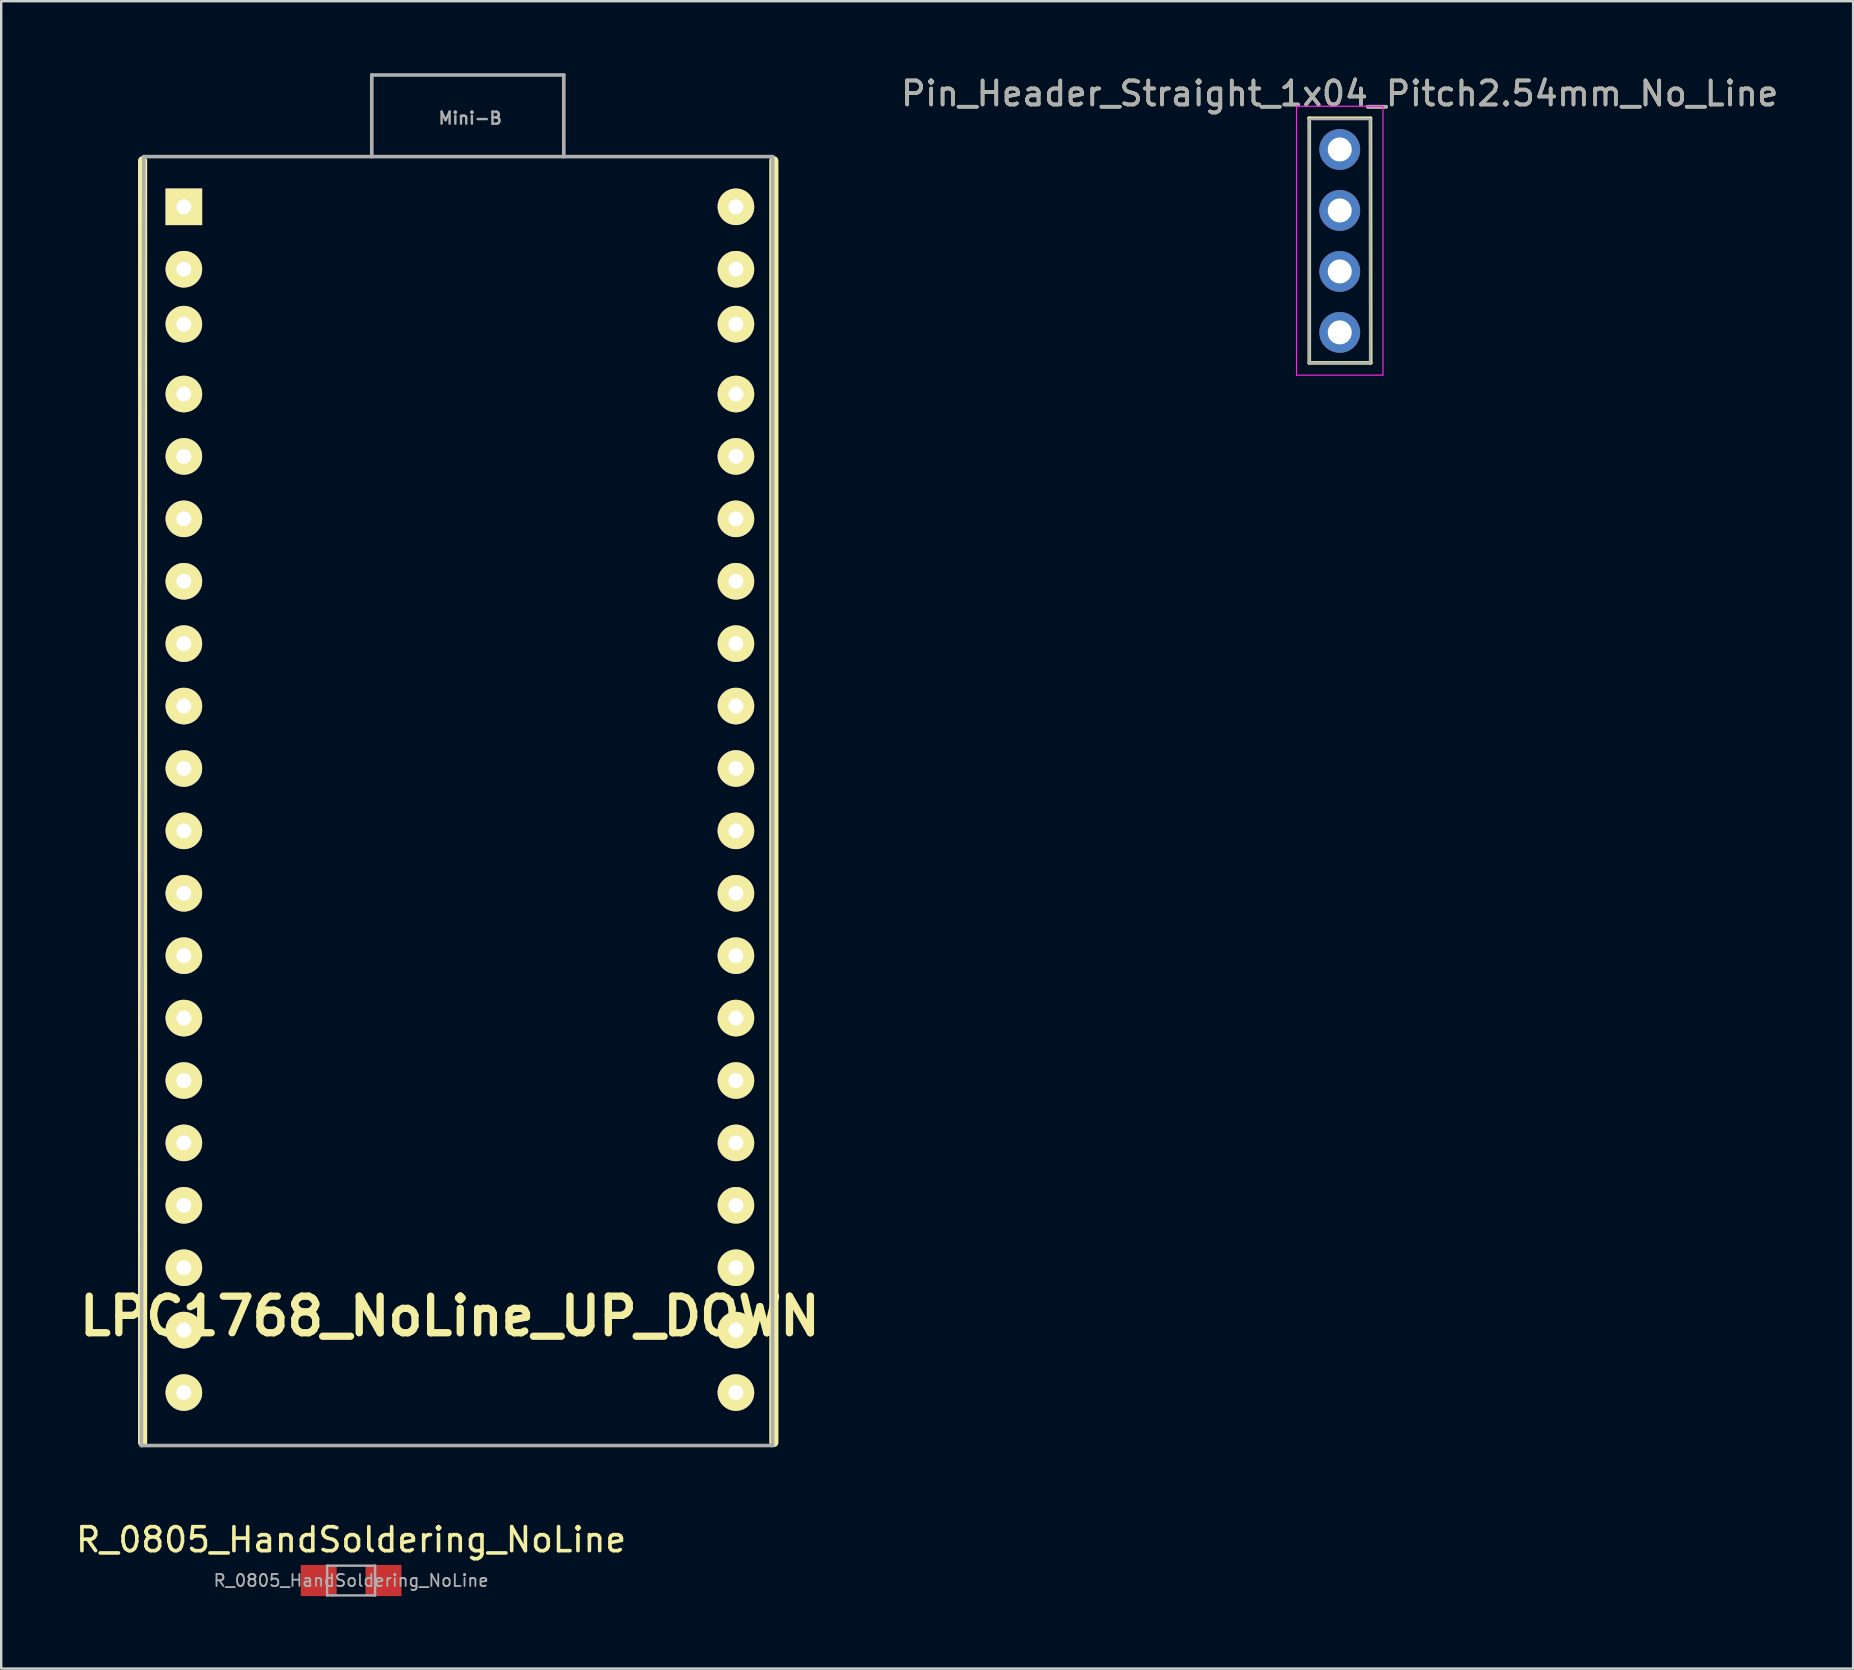
<source format=kicad_pcb>
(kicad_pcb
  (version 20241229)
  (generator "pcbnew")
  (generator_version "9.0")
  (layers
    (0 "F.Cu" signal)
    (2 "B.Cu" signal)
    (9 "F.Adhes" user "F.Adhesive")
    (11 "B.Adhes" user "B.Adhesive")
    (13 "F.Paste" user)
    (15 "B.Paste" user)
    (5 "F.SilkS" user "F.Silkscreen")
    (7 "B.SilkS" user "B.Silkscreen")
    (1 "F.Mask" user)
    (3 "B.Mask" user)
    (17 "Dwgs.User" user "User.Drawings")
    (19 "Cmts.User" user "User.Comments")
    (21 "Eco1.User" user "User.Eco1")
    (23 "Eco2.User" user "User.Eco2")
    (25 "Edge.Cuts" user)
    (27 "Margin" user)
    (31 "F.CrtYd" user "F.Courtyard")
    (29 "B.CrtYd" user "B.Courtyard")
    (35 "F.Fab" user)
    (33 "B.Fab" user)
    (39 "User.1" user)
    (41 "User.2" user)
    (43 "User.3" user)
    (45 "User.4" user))
  (footprint "R_0805_HandSoldering_NoLine"
    (layer "F.Cu")
    (at 11.577 62.798)
    (property "Reference" "R_0805_HandSoldering_NoLine" (at 0 -1.7 0) (layer "F.SilkS") (effects (font (size 1 1) (thickness 0.15))))
    (attr smd)
    (fp_line (start -1 -0.62) (end 1 -0.62) (stroke (width 0.1) (type solid)) (layer "F.Fab"))
    (fp_line (start -1 0.62) (end -1 -0.62) (stroke (width 0.1) (type solid)) (layer "F.Fab"))
    (fp_line (start 1 -0.62) (end 1 0.62) (stroke (width 0.1) (type solid)) (layer "F.Fab"))
    (fp_line (start 1 0.62) (end -1 0.62) (stroke (width 0.1) (type solid)) (layer "F.Fab"))
    (fp_text user "${REFERENCE}" (at 0 0 0) (layer "F.Fab") (effects (font (size 0.5 0.5) (thickness 0.075))))
    (pad "1" smd rect (at -1.35 0) (size 1.5 1.3) (layers "F.Cu" "F.Mask" "F.Paste"))
    (pad "2" smd rect (at 1.35 0) (size 1.5 1.3) (layers "F.Cu" "F.Mask" "F.Paste")))
  (footprint "LPC1768_NoLine_UP_DOWN"
    (layer "F.Cu")
    (at 16.439 30.275)
    (property "Reference" "LPC1768_NoLine_UP_DOWN" (at -0.749 21.511 0) (layer "F.SilkS") (effects (font (size 1.524 1.524) (thickness 0.305))))
    (attr through_hole)
    (fp_line (start -13.548 26.772) (end -13.548 -26.629) (stroke (width 0.381) (type solid)) (layer "F.SilkS"))
    (fp_line (start 12.751 -26.629) (end 12.751 26.772) (stroke (width 0.381) (type solid)) (layer "F.SilkS"))
    (fp_line (start -13.6 26.9) (end 12.7 26.9) (stroke (width 0.15) (type solid)) (layer "F.Fab"))
    (fp_line (start -13.5 -26.8) (end -13.6 26.9) (stroke (width 0.15) (type solid)) (layer "F.Fab"))
    (fp_line (start -4 -30.2) (end 4 -30.2) (stroke (width 0.15) (type solid)) (layer "F.Fab"))
    (fp_line (start -4 -26.8) (end -4 -30.2) (stroke (width 0.15) (type solid)) (layer "F.Fab"))
    (fp_line (start 4 -30.2) (end 4 -26.8) (stroke (width 0.15) (type solid)) (layer "F.Fab"))
    (fp_line (start 12.7 -26.8) (end -13.5 -26.8) (stroke (width 0.15) (type solid)) (layer "F.Fab"))
    (fp_line (start 12.7 26.9) (end 12.7 -26.8) (stroke (width 0.15) (type solid)) (layer "F.Fab"))
    (fp_text user "Mini-B" (at 0.1 -28.4 0) (layer "F.Fab") (effects (font (size 0.5 0.5) (thickness 0.1))))
    (pad "1" thru_hole rect (at -11.829 -24.709) (size 1.524 1.524) (drill 0.62) (layers "*.Cu" "*.Mask" "F.SilkS"))
    (pad "2" thru_hole circle (at -11.829 -22.108) (size 1.524 1.524) (drill 0.62) (layers "*.Cu" "*.Mask" "F.SilkS"))
    (pad "3" thru_hole circle (at -11.829 -19.82) (size 1.524 1.524) (drill 0.62) (layers "*.Cu" "*.Mask" "F.SilkS"))
    (pad "4" thru_hole circle (at -11.829 -16.909) (size 1.524 1.524) (drill 0.62) (layers "*.Cu" "*.Mask" "F.SilkS"))
    (pad "5" thru_hole circle (at -11.829 -14.31) (size 1.524 1.524) (drill 0.62) (layers "*.Cu" "*.Mask" "F.SilkS"))
    (pad "6" thru_hole circle (at -11.829 -11.709) (size 1.524 1.524) (drill 0.62) (layers "*.Cu" "*.Mask" "F.SilkS"))
    (pad "7" thru_hole circle (at -11.829 -9.108) (size 1.524 1.524) (drill 0.62) (layers "*.Cu" "*.Mask" "F.SilkS"))
    (pad "8" thru_hole circle (at -11.829 -6.51) (size 1.524 1.524) (drill 0.62) (layers "*.Cu" "*.Mask" "F.SilkS"))
    (pad "9" thru_hole circle (at -11.829 -3.909) (size 1.524 1.524) (drill 0.62) (layers "*.Cu" "*.Mask" "F.SilkS"))
    (pad "10" thru_hole circle (at -11.829 -1.308) (size 1.524 1.524) (drill 0.62) (layers "*.Cu" "*.Mask" "F.SilkS"))
    (pad "11" thru_hole circle (at -11.829 1.29) (size 1.524 1.524) (drill 0.62) (layers "*.Cu" "*.Mask" "F.SilkS"))
    (pad "12" thru_hole circle (at -11.829 3.891) (size 1.524 1.524) (drill 0.62) (layers "*.Cu" "*.Mask" "F.SilkS"))
    (pad "13" thru_hole circle (at -11.829 6.49) (size 1.524 1.524) (drill 0.62) (layers "*.Cu" "*.Mask" "F.SilkS"))
    (pad "14" thru_hole circle (at -11.829 9.091) (size 1.524 1.524) (drill 0.62) (layers "*.Cu" "*.Mask" "F.SilkS"))
    (pad "15" thru_hole circle (at -11.829 11.692) (size 1.524 1.524) (drill 0.62) (layers "*.Cu" "*.Mask" "F.SilkS"))
    (pad "16" thru_hole circle (at -11.829 14.29) (size 1.524 1.524) (drill 0.62) (layers "*.Cu" "*.Mask" "F.SilkS"))
    (pad "17" thru_hole circle (at -11.829 16.891) (size 1.524 1.524) (drill 0.62) (layers "*.Cu" "*.Mask" "F.SilkS"))
    (pad "18" thru_hole circle (at -11.829 19.492) (size 1.524 1.524) (drill 0.62) (layers "*.Cu" "*.Mask" "F.SilkS"))
    (pad "19" thru_hole circle (at -11.829 22.09) (size 1.524 1.524) (drill 0.62) (layers "*.Cu" "*.Mask" "F.SilkS"))
    (pad "20" thru_hole circle (at -11.829 24.691) (size 1.524 1.524) (drill 0.62) (layers "*.Cu" "*.Mask" "F.SilkS"))
    (pad "21" thru_hole circle (at 11.171 24.691) (size 1.524 1.524) (drill 0.62) (layers "*.Cu" "*.Mask" "F.SilkS"))
    (pad "22" thru_hole circle (at 11.171 22.09) (size 1.524 1.524) (drill 0.62) (layers "*.Cu" "*.Mask" "F.SilkS"))
    (pad "23" thru_hole circle (at 11.171 19.492) (size 1.524 1.524) (drill 0.62) (layers "*.Cu" "*.Mask" "F.SilkS"))
    (pad "24" thru_hole circle (at 11.171 16.891) (size 1.524 1.524) (drill 0.62) (layers "*.Cu" "*.Mask" "F.SilkS"))
    (pad "25" thru_hole circle (at 11.171 14.29) (size 1.524 1.524) (drill 0.62) (layers "*.Cu" "*.Mask" "F.SilkS"))
    (pad "26" thru_hole circle (at 11.171 11.692) (size 1.524 1.524) (drill 0.62) (layers "*.Cu" "*.Mask" "F.SilkS"))
    (pad "27" thru_hole circle (at 11.171 9.091) (size 1.524 1.524) (drill 0.62) (layers "*.Cu" "*.Mask" "F.SilkS"))
    (pad "28" thru_hole circle (at 11.171 6.49) (size 1.524 1.524) (drill 0.62) (layers "*.Cu" "*.Mask" "F.SilkS"))
    (pad "29" thru_hole circle (at 11.171 3.891) (size 1.524 1.524) (drill 0.62) (layers "*.Cu" "*.Mask" "F.SilkS"))
    (pad "30" thru_hole circle (at 11.171 1.29) (size 1.524 1.524) (drill 0.62) (layers "*.Cu" "*.Mask" "F.SilkS"))
    (pad "31" thru_hole circle (at 11.171 -1.308) (size 1.524 1.524) (drill 0.62) (layers "*.Cu" "*.Mask" "F.SilkS"))
    (pad "32" thru_hole circle (at 11.171 -3.909) (size 1.524 1.524) (drill 0.62) (layers "*.Cu" "*.Mask" "F.SilkS"))
    (pad "33" thru_hole circle (at 11.171 -6.51) (size 1.524 1.524) (drill 0.62) (layers "*.Cu" "*.Mask" "F.SilkS"))
    (pad "34" thru_hole circle (at 11.171 -9.108) (size 1.524 1.524) (drill 0.62) (layers "*.Cu" "*.Mask" "F.SilkS"))
    (pad "35" thru_hole circle (at 11.171 -11.709) (size 1.524 1.524) (drill 0.62) (layers "*.Cu" "*.Mask" "F.SilkS"))
    (pad "36" thru_hole circle (at 11.171 -14.31) (size 1.524 1.524) (drill 0.62) (layers "*.Cu" "*.Mask" "F.SilkS"))
    (pad "37" thru_hole circle (at 11.171 -16.909) (size 1.524 1.524) (drill 0.62) (layers "*.Cu" "*.Mask" "F.SilkS"))
    (pad "38" thru_hole circle (at 11.171 -19.82) (size 1.524 1.524) (drill 0.62) (layers "*.Cu" "*.Mask" "F.SilkS"))
    (pad "39" thru_hole circle (at 11.171 -22.108) (size 1.524 1.524) (drill 0.62) (layers "*.Cu" "*.Mask" "F.SilkS"))
    (pad "40" thru_hole circle (at 11.171 -24.709) (size 1.524 1.524) (drill 0.62) (layers "*.Cu" "*.Mask" "F.SilkS")))
  (footprint "Pin_Header_Straight_1x04_Pitch2.54mm_No_Line"
    (layer "F.Cu")
    (at 52.767 3.178)
    (property "Reference" "Pin_Header_Straight_1x04_Pitch2.54mm_No_Line" (at 0 -2.33 0) (layer "F.SilkS") (effects (font (size 1 1) (thickness 0.15))))
    (attr through_hole)
    (fp_line (start -1.28 -1.3) (end 1.28 -1.3) (stroke (width 0.15) (type solid)) (layer "F.SilkS"))
    (fp_line (start -1.27 8.89) (end -1.27 -1.3) (stroke (width 0.15) (type solid)) (layer "F.SilkS"))
    (fp_line (start 1.28 -1.3) (end 1.29 8.89) (stroke (width 0.15) (type solid)) (layer "F.SilkS"))
    (fp_line (start 1.29 8.89) (end -1.27 8.89) (stroke (width 0.15) (type solid)) (layer "F.SilkS"))
    (fp_line (start -1.8 -1.8) (end -1.8 9.4) (stroke (width 0.05) (type solid)) (layer "F.CrtYd"))
    (fp_line (start -1.8 9.4) (end 1.8 9.4) (stroke (width 0.05) (type solid)) (layer "F.CrtYd"))
    (fp_line (start 1.8 -1.8) (end -1.8 -1.8) (stroke (width 0.05) (type solid)) (layer "F.CrtYd"))
    (fp_line (start 1.8 9.4) (end 1.8 -1.8) (stroke (width 0.05) (type solid)) (layer "F.CrtYd"))
    (fp_line (start -1.27 -1.27) (end -1.27 8.89) (stroke (width 0.1) (type solid)) (layer "F.Fab"))
    (fp_line (start -1.27 8.89) (end 1.27 8.89) (stroke (width 0.1) (type solid)) (layer "F.Fab"))
    (fp_line (start 1.27 -1.27) (end -1.27 -1.27) (stroke (width 0.1) (type solid)) (layer "F.Fab"))
    (fp_line (start 1.27 8.89) (end 1.27 -1.27) (stroke (width 0.1) (type solid)) (layer "F.Fab"))
    (fp_text user "${REFERENCE}" (at 0 -2.33 0) (layer "F.Fab") (effects (font (size 1 1) (thickness 0.15))))
    (pad "1" thru_hole circle (at 0 0) (size 1.7 1.7) (drill 1) (layers "*.Cu" "*.Mask"))
    (pad "2" thru_hole oval (at 0 2.54) (size 1.7 1.7) (drill 1) (layers "*.Cu" "*.Mask"))
    (pad "3" thru_hole oval (at 0 5.08) (size 1.7 1.7) (drill 1) (layers "*.Cu" "*.Mask"))
    (pad "4" thru_hole oval (at 0 7.62) (size 1.7 1.7) (drill 1) (layers "*.Cu" "*.Mask")))
  (gr_rect
    (start -3 -3)
    (end 74.154 66.468)
    (stroke (width 0.1) (type default))
    (fill no)
    (layer "Edge.Cuts")))
</source>
